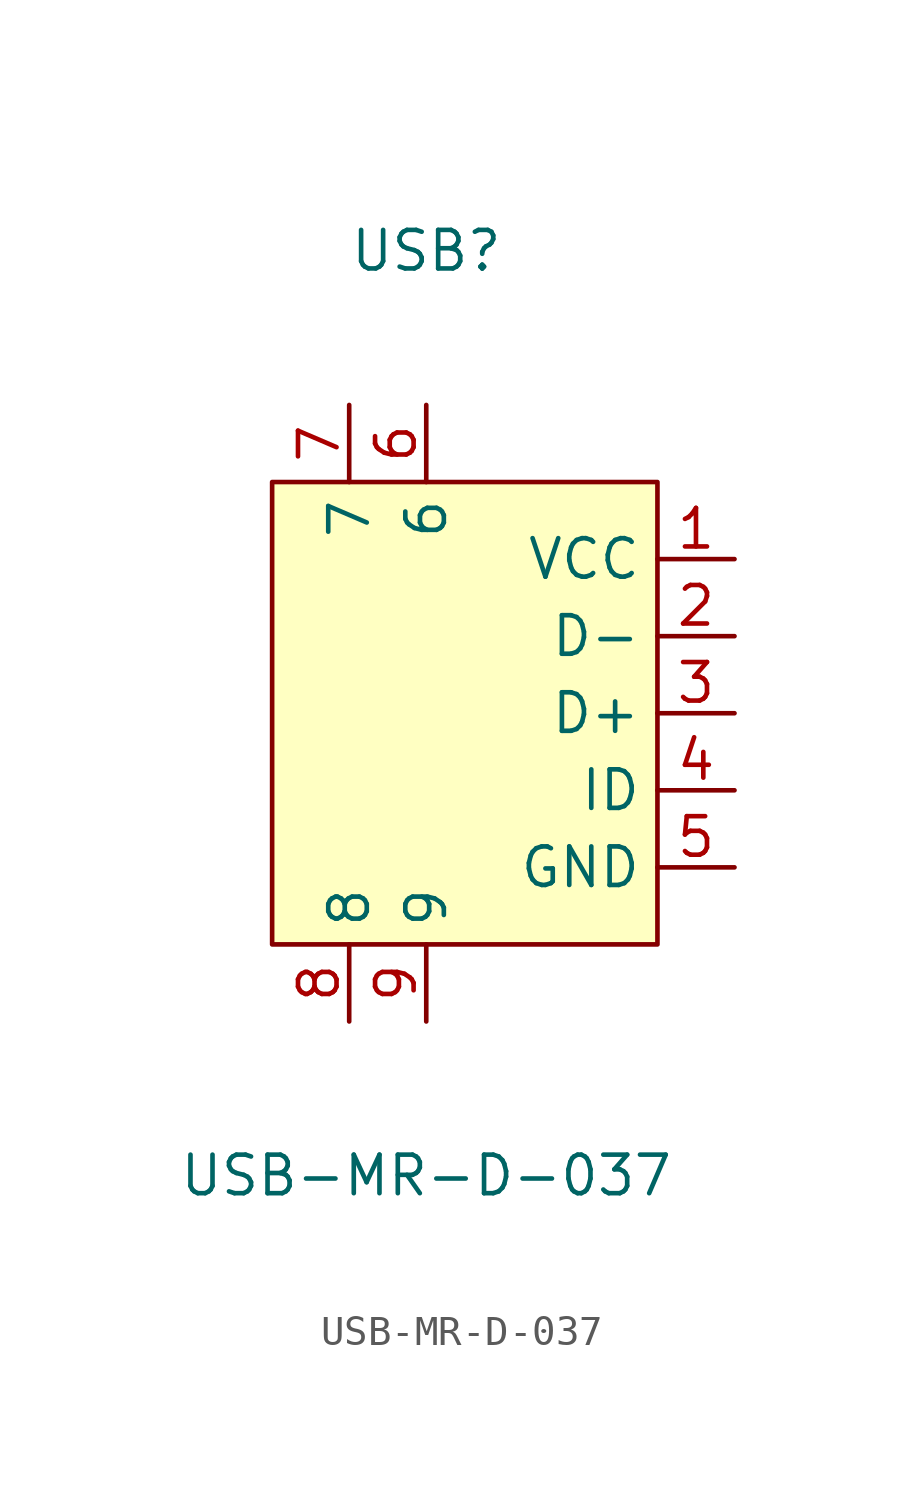
<source format=kicad_sym>
(kicad_symbol_lib
  (version 20231120)
  (generator "kicad_symbol_editor")
  (generator_version "8.0")
  (symbol "USB-MR-D-037"
    (property "Reference" "USB"
      (at 0 15.24 0)
      (effects (font (size 1.27 1.27))))
    (property "Value" "USB-MR-D-037"
      (at 0 -15.24 0)
      (effects (font (size 1.27 1.27))))
    (symbol "USB-MR-D-037_0_1"
      (rectangle (start -5.08 7.62) (end 7.62 -7.62) (stroke (width 0) (type default)) (fill (type background)))
      (pin input line (at 10.16 5.08 180) (length 2.54) (name "VCC" (effects (font (size 1.27 1.27)))) (number "1" (effects (font (size 1.27 1.27)))))
      (pin input line (at 10.16 2.54 180) (length 2.54) (name "D-" (effects (font (size 1.27 1.27)))) (number "2" (effects (font (size 1.27 1.27)))))
      (pin input line (at 10.16 0 180) (length 2.54) (name "D+" (effects (font (size 1.27 1.27)))) (number "3" (effects (font (size 1.27 1.27)))))
      (pin input line (at 10.16 -2.54 180) (length 2.54) (name "ID" (effects (font (size 1.27 1.27)))) (number "4" (effects (font (size 1.27 1.27)))))
      (pin input line (at 10.16 -5.08 180) (length 2.54) (name "GND" (effects (font (size 1.27 1.27)))) (number "5" (effects (font (size 1.27 1.27)))))
      (pin unspecified line (at 0 10.16 270) (length 2.54) (name "6" (effects (font (size 1.27 1.27)))) (number "6" (effects (font (size 1.27 1.27)))))
      (pin unspecified line (at -2.54 10.16 270) (length 2.54) (name "7" (effects (font (size 1.27 1.27)))) (number "7" (effects (font (size 1.27 1.27)))))
      (pin unspecified line (at -2.54 -10.16 90) (length 2.54) (name "8" (effects (font (size 1.27 1.27)))) (number "8" (effects (font (size 1.27 1.27)))))
      (pin unspecified line (at 0 -10.16 90) (length 2.54) (name "9" (effects (font (size 1.27 1.27)))) (number "9" (effects (font (size 1.27 1.27))))))))
</source>
